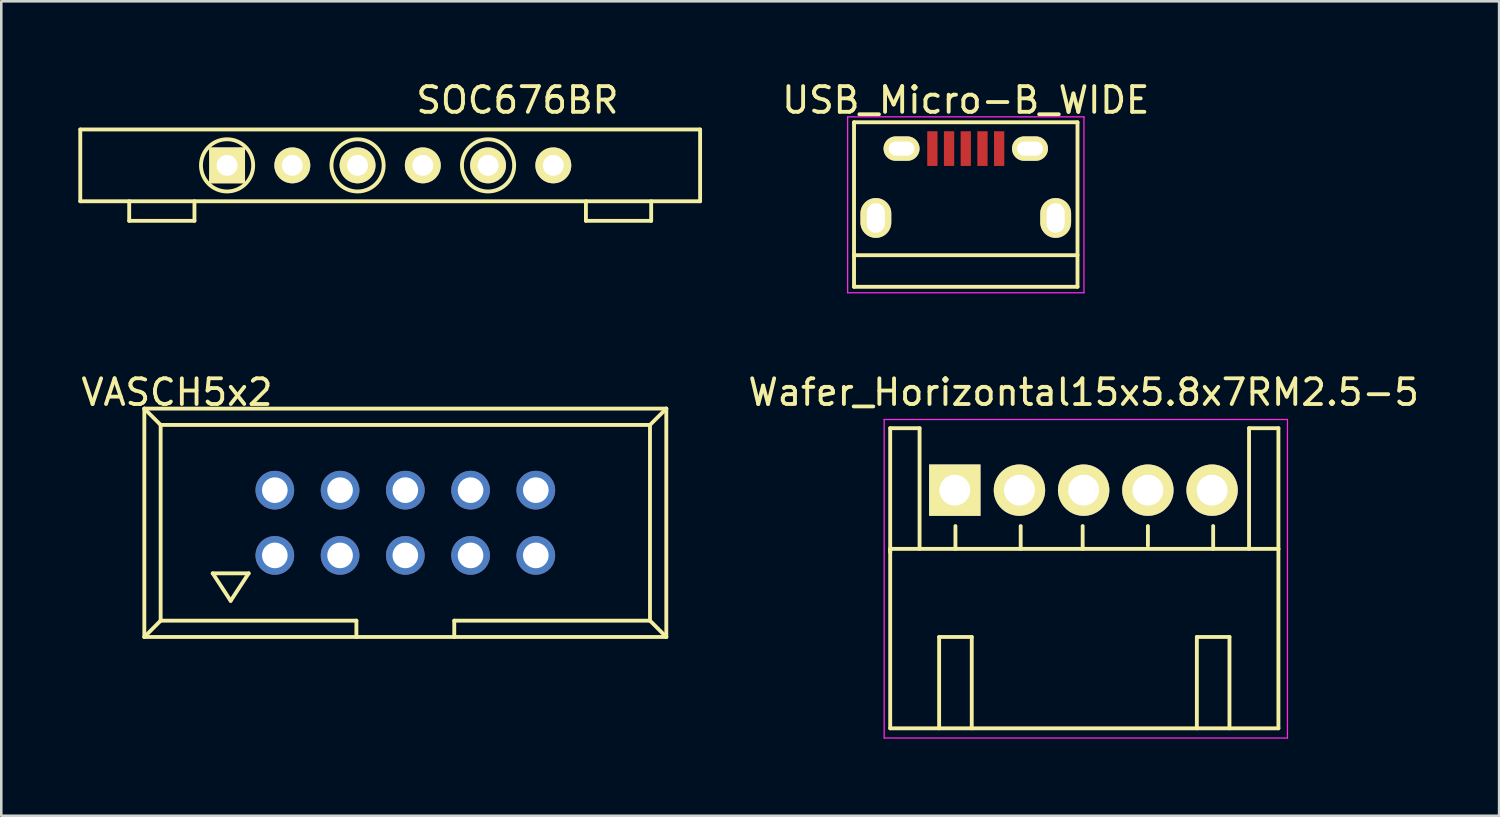
<source format=kicad_pcb>
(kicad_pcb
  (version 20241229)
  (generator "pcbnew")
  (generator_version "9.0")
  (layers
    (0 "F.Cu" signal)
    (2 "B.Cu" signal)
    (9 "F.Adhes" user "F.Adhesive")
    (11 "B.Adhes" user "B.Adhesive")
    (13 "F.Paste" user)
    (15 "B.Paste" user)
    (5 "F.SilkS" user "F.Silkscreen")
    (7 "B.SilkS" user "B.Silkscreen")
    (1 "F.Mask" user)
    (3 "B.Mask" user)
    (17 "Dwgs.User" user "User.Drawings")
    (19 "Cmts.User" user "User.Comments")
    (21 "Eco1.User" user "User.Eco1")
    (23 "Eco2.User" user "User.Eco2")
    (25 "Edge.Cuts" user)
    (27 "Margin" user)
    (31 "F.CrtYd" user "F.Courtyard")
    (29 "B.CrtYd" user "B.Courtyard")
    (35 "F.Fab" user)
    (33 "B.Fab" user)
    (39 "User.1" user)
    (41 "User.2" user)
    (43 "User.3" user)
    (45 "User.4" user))
  (footprint "VASCH5x2"
    (layer "F.Cu")
    (at 12.729 17.302)
    (property "Reference" "VASCH5x2" (at -8.89 -5.08 0) (layer "F.SilkS") (effects (font (size 1 1) (thickness 0.15))))
    (attr exclude_from_pos_files exclude_from_bom)
    (fp_line (start -10.16 -4.445) (end -10.16 4.445) (stroke (width 0.15) (type solid)) (layer "F.SilkS"))
    (fp_line (start -10.16 4.445) (end 10.16 4.445) (stroke (width 0.15) (type solid)) (layer "F.SilkS"))
    (fp_line (start -9.525 -3.81) (end -10.16 -4.445) (stroke (width 0.15) (type solid)) (layer "F.SilkS"))
    (fp_line (start -9.525 -3.81) (end -9.525 3.81) (stroke (width 0.15) (type solid)) (layer "F.SilkS"))
    (fp_line (start -9.525 3.81) (end -10.16 4.445) (stroke (width 0.15) (type solid)) (layer "F.SilkS"))
    (fp_line (start -9.525 3.81) (end -1.905 3.81) (stroke (width 0.15) (type solid)) (layer "F.SilkS"))
    (fp_line (start -7.498 1.968) (end -6.8 3.038) (stroke (width 0.15) (type solid)) (layer "F.SilkS"))
    (fp_line (start -6.8 3.038) (end -6.099 1.968) (stroke (width 0.15) (type solid)) (layer "F.SilkS"))
    (fp_line (start -6.099 1.968) (end -7.498 1.968) (stroke (width 0.15) (type solid)) (layer "F.SilkS"))
    (fp_line (start -1.905 3.81) (end -1.905 4.445) (stroke (width 0.15) (type solid)) (layer "F.SilkS"))
    (fp_line (start 1.905 3.81) (end 9.525 3.81) (stroke (width 0.15) (type solid)) (layer "F.SilkS"))
    (fp_line (start 1.905 4.445) (end 1.905 3.81) (stroke (width 0.15) (type solid)) (layer "F.SilkS"))
    (fp_line (start 9.525 -3.81) (end -9.525 -3.81) (stroke (width 0.15) (type solid)) (layer "F.SilkS"))
    (fp_line (start 9.525 -3.81) (end 10.16 -4.445) (stroke (width 0.15) (type solid)) (layer "F.SilkS"))
    (fp_line (start 9.525 3.81) (end 9.525 -3.81) (stroke (width 0.15) (type solid)) (layer "F.SilkS"))
    (fp_line (start 9.525 3.81) (end 10.16 4.445) (stroke (width 0.15) (type solid)) (layer "F.SilkS"))
    (fp_line (start 10.16 -4.445) (end -10.16 -4.445) (stroke (width 0.15) (type solid)) (layer "F.SilkS"))
    (fp_line (start 10.16 -4.445) (end 10.16 4.445) (stroke (width 0.15) (type solid)) (layer "F.SilkS"))
    (pad "1" thru_hole circle (at -5.08 1.27) (size 1.506 1.506) (drill 0.998) (layers "*.Cu" "*.Mask"))
    (pad "2" thru_hole circle (at -5.08 -1.27) (size 1.506 1.506) (drill 0.998) (layers "*.Cu" "*.Mask"))
    (pad "3" thru_hole circle (at -2.54 1.27) (size 1.506 1.506) (drill 0.998) (layers "*.Cu" "*.Mask"))
    (pad "4" thru_hole circle (at -2.54 -1.27) (size 1.506 1.506) (drill 0.998) (layers "*.Cu" "*.Mask"))
    (pad "5" thru_hole circle (at 0 1.27) (size 1.506 1.506) (drill 0.998) (layers "*.Cu" "*.Mask"))
    (pad "6" thru_hole circle (at 0 -1.27) (size 1.506 1.506) (drill 0.998) (layers "*.Cu" "*.Mask"))
    (pad "7" thru_hole circle (at 2.54 1.27) (size 1.506 1.506) (drill 0.998) (layers "*.Cu" "*.Mask"))
    (pad "8" thru_hole circle (at 2.54 -1.27) (size 1.506 1.506) (drill 0.998) (layers "*.Cu" "*.Mask"))
    (pad "9" thru_hole circle (at 5.08 1.27) (size 1.506 1.506) (drill 0.998) (layers "*.Cu" "*.Mask"))
    (pad "10" thru_hole circle (at 5.08 -1.27) (size 1.506 1.506) (drill 0.998) (layers "*.Cu" "*.Mask")))
  (footprint "SOC676BR"
    (layer "F.Cu")
    (at 12.14 3.388)
    (property "Reference" "SOC676BR" (at 4.953 -2.54 0) (layer "F.SilkS") (effects (font (size 1 1) (thickness 0.15))))
    (attr through_hole)
    (fp_line (start -12.065 -1.397) (end 12.065 -1.397) (stroke (width 0.15) (type solid)) (layer "F.SilkS"))
    (fp_line (start -12.065 1.397) (end -12.065 -1.397) (stroke (width 0.15) (type solid)) (layer "F.SilkS"))
    (fp_line (start -10.16 2.159) (end -10.16 1.397) (stroke (width 0.15) (type solid)) (layer "F.SilkS"))
    (fp_line (start -7.62 2.159) (end -10.16 2.159) (stroke (width 0.15) (type solid)) (layer "F.SilkS"))
    (fp_line (start -7.62 2.159) (end -7.62 1.397) (stroke (width 0.15) (type solid)) (layer "F.SilkS"))
    (fp_line (start 7.62 1.397) (end 7.62 2.159) (stroke (width 0.15) (type solid)) (layer "F.SilkS"))
    (fp_line (start 7.62 2.159) (end 10.16 2.159) (stroke (width 0.15) (type solid)) (layer "F.SilkS"))
    (fp_line (start 10.16 2.159) (end 10.16 1.397) (stroke (width 0.15) (type solid)) (layer "F.SilkS"))
    (fp_line (start 12.065 -1.397) (end 12.065 1.397) (stroke (width 0.15) (type solid)) (layer "F.SilkS"))
    (fp_line (start 12.065 1.397) (end -12.065 1.397) (stroke (width 0.15) (type solid)) (layer "F.SilkS"))
    (fp_circle (center -6.35 0) (end -6.35 -1.016) (stroke (width 0.15) (type solid)) (fill no) (layer "F.SilkS"))
    (fp_circle (center -1.27 0) (end -1.27 -1.016) (stroke (width 0.15) (type solid)) (fill no) (layer "F.SilkS"))
    (fp_circle (center 3.81 0) (end 3.81 -1.016) (stroke (width 0.15) (type solid)) (fill no) (layer "F.SilkS"))
    (pad "1" thru_hole rect (at -6.35 0) (size 1.397 1.397) (drill 0.813) (layers "*.Cu" "*.Mask" "F.SilkS"))
    (pad "2" thru_hole circle (at -3.81 0) (size 1.397 1.397) (drill 0.813) (layers "*.Cu" "*.Mask" "F.SilkS"))
    (pad "3" thru_hole circle (at -1.27 0) (size 1.397 1.397) (drill 0.813) (layers "*.Cu" "*.Mask" "F.SilkS"))
    (pad "4" thru_hole circle (at 1.27 0) (size 1.397 1.397) (drill 0.813) (layers "*.Cu" "*.Mask" "F.SilkS"))
    (pad "5" thru_hole circle (at 3.81 0) (size 1.397 1.397) (drill 0.813) (layers "*.Cu" "*.Mask" "F.SilkS"))
    (pad "6" thru_hole circle (at 6.35 0) (size 1.397 1.397) (drill 0.813) (layers "*.Cu" "*.Mask" "F.SilkS")))
  (footprint "USB_Micro-B_WIDE"
    (layer "F.Cu")
    (at 34.548 4.298)
    (property "Reference" "USB_Micro-B_WIDE" (at 0 -3.45 0) (layer "F.SilkS") (effects (font (size 1 1) (thickness 0.15))))
    (attr smd)
    (fp_line (start -4.351 -2.588) (end 4.349 -2.588) (stroke (width 0.15) (type solid)) (layer "F.SilkS"))
    (fp_line (start -4.351 3.817) (end -4.351 -2.588) (stroke (width 0.15) (type solid)) (layer "F.SilkS"))
    (fp_line (start -4.351 3.817) (end 4.349 3.817) (stroke (width 0.15) (type solid)) (layer "F.SilkS"))
    (fp_line (start 4.349 -2.588) (end 4.349 3.817) (stroke (width 0.15) (type solid)) (layer "F.SilkS"))
    (fp_line (start 4.349 2.587) (end -4.351 2.587) (stroke (width 0.15) (type solid)) (layer "F.SilkS"))
    (fp_line (start -4.6 -2.8) (end 4.6 -2.8) (stroke (width 0.05) (type solid)) (layer "F.CrtYd"))
    (fp_line (start -4.6 4.05) (end -4.6 -2.8) (stroke (width 0.05) (type solid)) (layer "F.CrtYd"))
    (fp_line (start 4.6 -2.8) (end 4.6 4.05) (stroke (width 0.05) (type solid)) (layer "F.CrtYd"))
    (fp_line (start 4.6 4.05) (end -4.6 4.05) (stroke (width 0.05) (type solid)) (layer "F.CrtYd"))
    (pad "1" smd rect (at -1.301 -1.563 90) (size 1.35 0.4) (layers "F.Cu" "F.Mask" "F.Paste"))
    (pad "2" smd rect (at -0.651 -1.563 90) (size 1.35 0.4) (layers "F.Cu" "F.Mask" "F.Paste"))
    (pad "3" smd rect (at -0.001 -1.563 90) (size 1.35 0.4) (layers "F.Cu" "F.Mask" "F.Paste"))
    (pad "4" smd rect (at 0.649 -1.563 90) (size 1.35 0.4) (layers "F.Cu" "F.Mask" "F.Paste"))
    (pad "5" smd rect (at 1.299 -1.563 90) (size 1.35 0.4) (layers "F.Cu" "F.Mask" "F.Paste"))
    (pad "6" thru_hole oval (at -3.501 1.137 90) (size 1.55 1.2) (drill oval 1.15 0.7) (layers "*.Cu" "*.Mask" "F.SilkS"))
    (pad "6" thru_hole oval (at -2.501 -1.563 90) (size 0.95 1.4) (drill oval 0.55 1) (layers "*.Cu" "*.Mask" "F.SilkS"))
    (pad "6" thru_hole oval (at 2.499 -1.563 90) (size 0.95 1.4) (drill oval 0.55 1) (layers "*.Cu" "*.Mask" "F.SilkS"))
    (pad "6" thru_hole oval (at 3.499 1.137 90) (size 1.55 1.2) (drill oval 1.15 0.7) (layers "*.Cu" "*.Mask" "F.SilkS")))
  (footprint "Wafer_Horizontal15x5.8x7RM2.5-5"
    (layer "F.Cu")
    (at 34.12 16.032)
    (property "Reference" "Wafer_Horizontal15x5.8x7RM2.5-5" (at 5.016 -3.81 0) (layer "F.SilkS") (effects (font (size 1 1) (thickness 0.15))))
    (attr through_hole)
    (fp_line (start -2.515 -2.413) (end -1.372 -2.413) (stroke (width 0.15) (type solid)) (layer "F.SilkS"))
    (fp_line (start -2.515 2.286) (end 12.598 2.286) (stroke (width 0.15) (type solid)) (layer "F.SilkS"))
    (fp_line (start -2.515 2.413) (end -2.515 -2.413) (stroke (width 0.15) (type solid)) (layer "F.SilkS"))
    (fp_line (start -2.515 9.271) (end -2.515 2.286) (stroke (width 0.15) (type solid)) (layer "F.SilkS"))
    (fp_line (start -1.372 -2.413) (end -1.372 2.286) (stroke (width 0.15) (type solid)) (layer "F.SilkS"))
    (fp_line (start -0.61 5.715) (end 0.66 5.715) (stroke (width 0.15) (type solid)) (layer "F.SilkS"))
    (fp_line (start -0.61 9.271) (end -0.61 5.715) (stroke (width 0.15) (type solid)) (layer "F.SilkS"))
    (fp_line (start 0.025 2.286) (end 0.025 1.397) (stroke (width 0.15) (type solid)) (layer "F.SilkS"))
    (fp_line (start 0.66 5.715) (end 0.66 9.271) (stroke (width 0.15) (type solid)) (layer "F.SilkS"))
    (fp_line (start 2.565 1.397) (end 2.565 2.286) (stroke (width 0.15) (type solid)) (layer "F.SilkS"))
    (fp_line (start 4.978 2.286) (end 4.978 1.397) (stroke (width 0.15) (type solid)) (layer "F.SilkS"))
    (fp_line (start 7.518 2.159) (end 7.518 1.397) (stroke (width 0.15) (type solid)) (layer "F.SilkS"))
    (fp_line (start 9.423 5.715) (end 10.693 5.715) (stroke (width 0.15) (type solid)) (layer "F.SilkS"))
    (fp_line (start 9.423 9.271) (end 9.423 5.715) (stroke (width 0.15) (type solid)) (layer "F.SilkS"))
    (fp_line (start 10.058 2.286) (end 10.058 1.397) (stroke (width 0.15) (type solid)) (layer "F.SilkS"))
    (fp_line (start 10.693 5.715) (end 10.693 9.271) (stroke (width 0.15) (type solid)) (layer "F.SilkS"))
    (fp_line (start 11.455 -2.413) (end 11.455 2.286) (stroke (width 0.15) (type solid)) (layer "F.SilkS"))
    (fp_line (start 12.598 -2.413) (end 11.455 -2.413) (stroke (width 0.15) (type solid)) (layer "F.SilkS"))
    (fp_line (start 12.598 2.286) (end 12.598 -2.413) (stroke (width 0.15) (type solid)) (layer "F.SilkS"))
    (fp_line (start 12.598 2.286) (end 12.598 9.271) (stroke (width 0.15) (type solid)) (layer "F.SilkS"))
    (fp_line (start 12.598 9.271) (end -2.515 9.271) (stroke (width 0.15) (type solid)) (layer "F.SilkS"))
    (fp_line (start -2.75 -2.75) (end 12.95 -2.75) (stroke (width 0.05) (type solid)) (layer "F.CrtYd"))
    (fp_line (start -2.75 9.65) (end -2.75 -2.75) (stroke (width 0.05) (type solid)) (layer "F.CrtYd"))
    (fp_line (start 12.95 -2.75) (end 12.95 9.65) (stroke (width 0.05) (type solid)) (layer "F.CrtYd"))
    (fp_line (start 12.95 9.65) (end -2.75 9.65) (stroke (width 0.05) (type solid)) (layer "F.CrtYd"))
    (pad "1" thru_hole rect (at 0 0) (size 2 2) (drill 1.2) (layers "*.Cu" "*.Mask" "F.SilkS"))
    (pad "2" thru_hole circle (at 2.517 0) (size 2 2) (drill 1.2) (layers "*.Cu" "*.Mask" "F.SilkS"))
    (pad "3" thru_hole circle (at 5.016 0) (size 2 2) (drill 1.2) (layers "*.Cu" "*.Mask" "F.SilkS"))
    (pad "4" thru_hole circle (at 7.516 0) (size 2 2) (drill 1.2) (layers "*.Cu" "*.Mask" "F.SilkS"))
    (pad "5" thru_hole circle (at 10.017 0) (size 2 2) (drill 1.2) (layers "*.Cu" "*.Mask" "F.SilkS")))
  (gr_rect
    (start -3 -3)
    (end 55.31 28.706)
    (stroke (width 0.1) (type default))
    (fill no)
    (layer "Edge.Cuts")))
</source>
